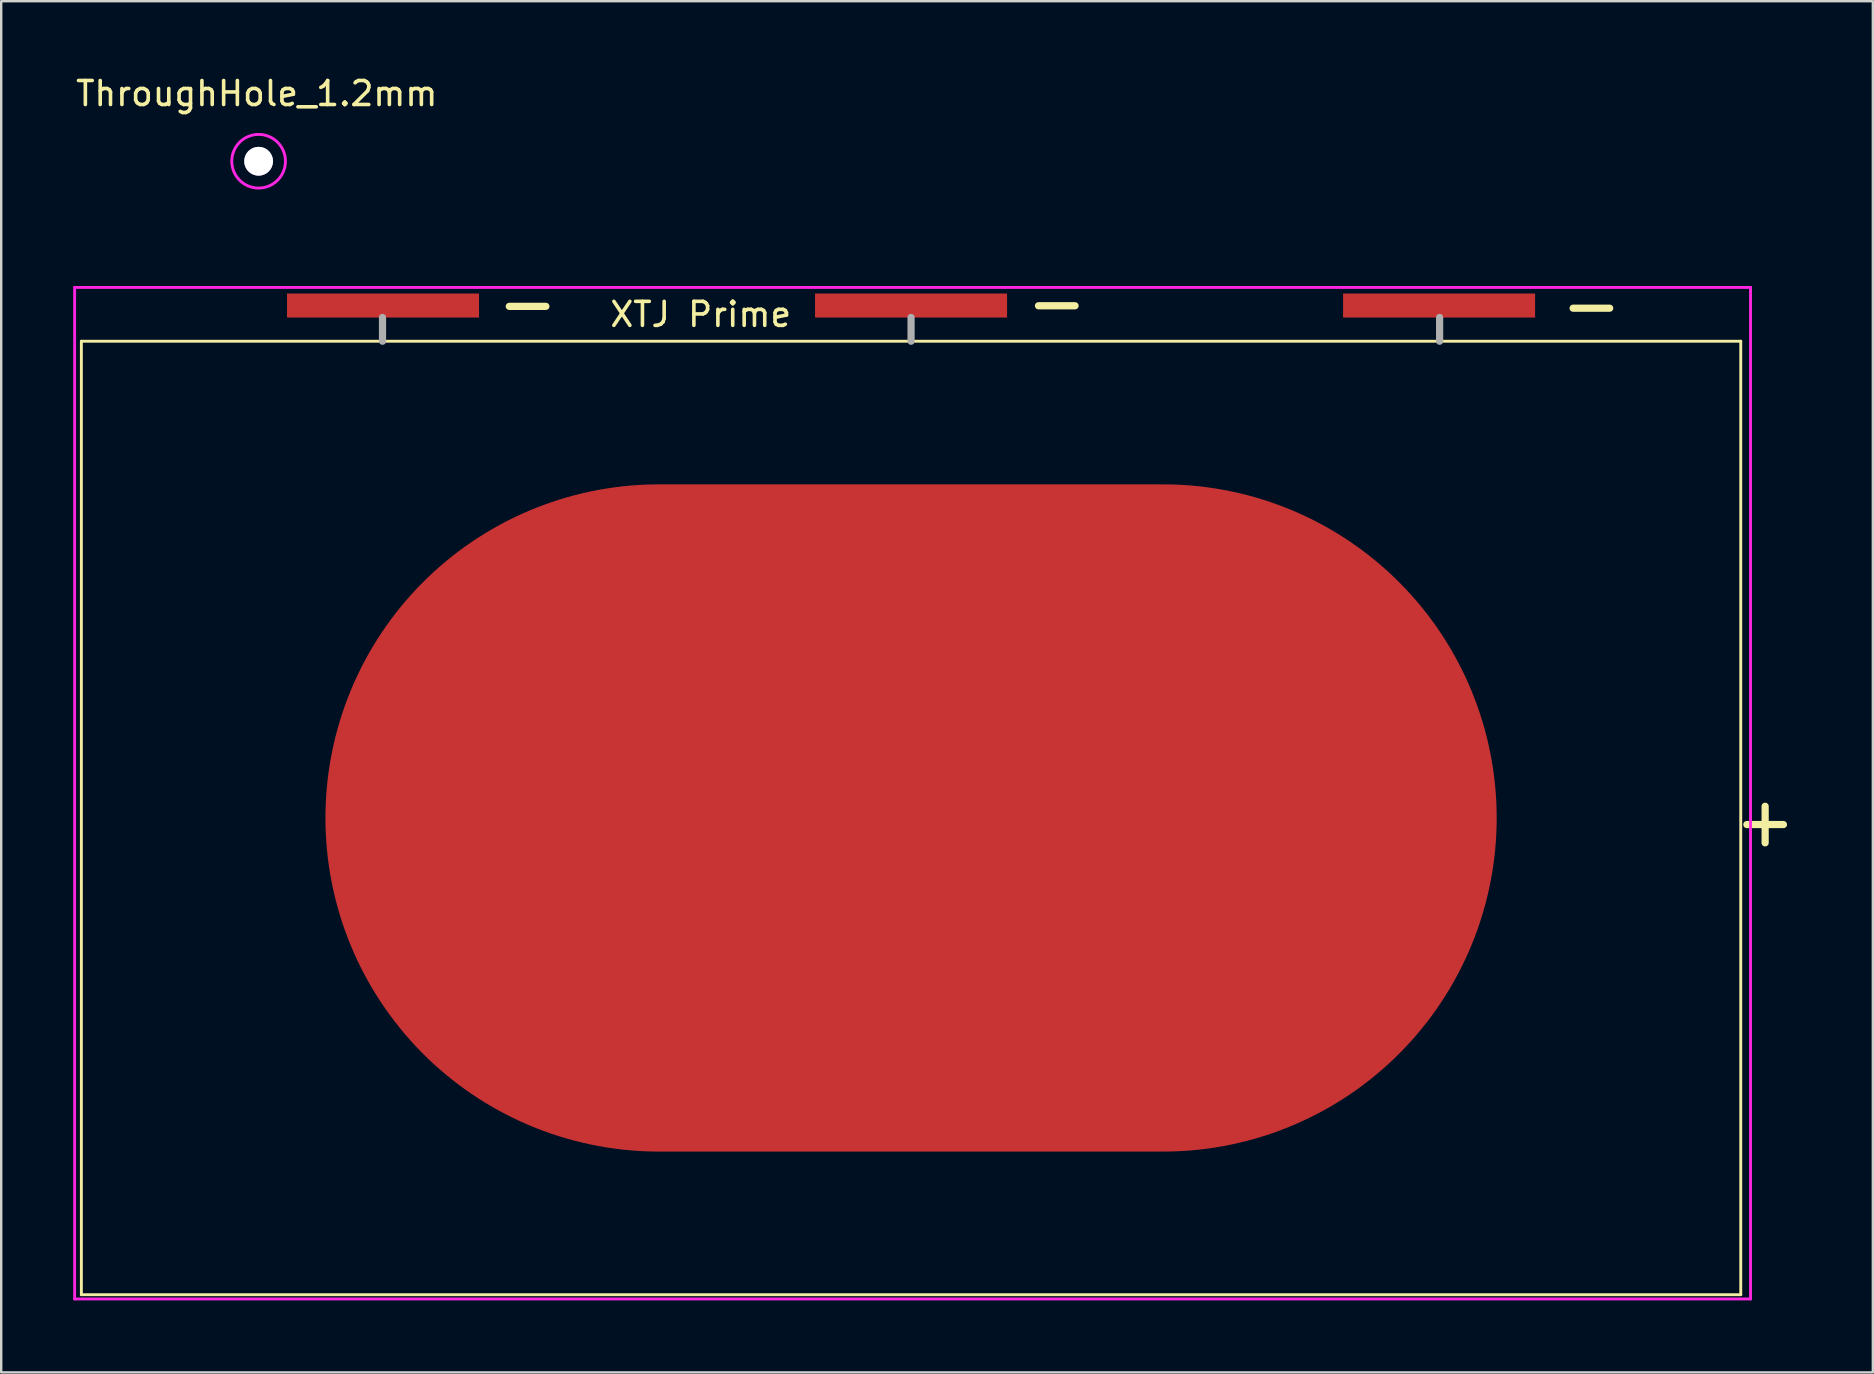
<source format=kicad_pcb>
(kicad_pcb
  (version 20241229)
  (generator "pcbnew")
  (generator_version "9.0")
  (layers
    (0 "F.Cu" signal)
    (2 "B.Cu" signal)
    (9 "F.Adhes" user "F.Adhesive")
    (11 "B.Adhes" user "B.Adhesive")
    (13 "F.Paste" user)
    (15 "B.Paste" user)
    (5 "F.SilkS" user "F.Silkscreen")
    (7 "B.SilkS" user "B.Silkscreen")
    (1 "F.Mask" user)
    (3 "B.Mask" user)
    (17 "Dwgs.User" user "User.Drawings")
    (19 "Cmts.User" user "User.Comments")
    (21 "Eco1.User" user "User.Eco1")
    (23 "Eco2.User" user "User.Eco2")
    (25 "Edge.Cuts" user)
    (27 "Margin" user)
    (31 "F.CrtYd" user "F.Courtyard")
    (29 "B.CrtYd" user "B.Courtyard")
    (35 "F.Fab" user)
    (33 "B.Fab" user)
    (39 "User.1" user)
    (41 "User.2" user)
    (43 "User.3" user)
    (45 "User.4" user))
  (footprint "ThroughHole_1.2mm"
    (layer "F.Cu")
    (at 7.725 3.668)
    (property "Reference" "ThroughHole_1.2mm" (at -0.076 -2.819 0) (layer "F.SilkS") (effects (font (size 1 1) (thickness 0.15))))
    (attr through_hole)
    (fp_circle (center 0 0) (end 1.118 0) (stroke (width 0.12) (type solid)) (fill no) (layer "F.CrtYd"))
    (pad "" thru_hole circle (at 0 0) (size 1.2 1.2) (drill 1.2) (layers "*.Cu" "*.Mask")))
  (footprint "XTJ Prime"
    (layer "F.Cu")
    (at 34.909 31.03)
    (property "Reference" "XTJ Prime" (at -8.763 -20.98 0) (layer "F.SilkS") (effects (font (size 1 1) (thickness 0.15))))
    (attr through_hole)
    (fp_line (start -34.569 -19.863) (end 34.569 -19.863) (stroke (width 0.12) (type solid)) (layer "F.SilkS"))
    (fp_line (start -34.569 19.863) (end -34.569 -19.863) (stroke (width 0.12) (type solid)) (layer "F.SilkS"))
    (fp_line (start 34.569 -19.863) (end 34.569 19.863) (stroke (width 0.12) (type solid)) (layer "F.SilkS"))
    (fp_line (start 34.569 19.863) (end -34.569 19.863) (stroke (width 0.12) (type solid)) (layer "F.SilkS"))
    (fp_line (start -34.849 -22.105) (end -34.849 20.041) (stroke (width 0.12) (type solid)) (layer "F.CrtYd"))
    (fp_line (start -34.849 -22.105) (end 34.976 -22.105) (stroke (width 0.12) (type solid)) (layer "F.CrtYd"))
    (fp_line (start -34.849 20.041) (end 34.976 20.041) (stroke (width 0.12) (type solid)) (layer "F.CrtYd"))
    (fp_line (start 34.976 -22.105) (end 34.976 20.041) (stroke (width 0.12) (type solid)) (layer "F.CrtYd"))
    (fp_line (start -22.022 -20.853) (end -22.022 -19.863) (stroke (width 0.3) (type solid)) (layer "F.Fab"))
    (fp_line (start 0 -20.853) (end 0 -19.863) (stroke (width 0.3) (type solid)) (layer "F.Fab"))
    (fp_line (start 22.022 -20.853) (end 22.022 -19.863) (stroke (width 0.3) (type solid)) (layer "F.Fab"))
    (fp_text user "-" (at -15.977 -21.463 0) (layer "F.SilkS") (effects (font (size 2 2) (thickness 0.3))))
    (fp_text user "-" (at 6.071 -21.488 0) (layer "F.SilkS") (effects (font (size 2 2) (thickness 0.3))))
    (fp_text user "+" (at 35.585 0.127 0) (layer "F.SilkS") (effects (font (size 2 2) (thickness 0.3))))
    (fp_text user "-" (at 28.346 -21.387 0) (layer "F.SilkS") (effects (font (size 2 2) (thickness 0.3))))
    (pad "1" smd oval (at 0 0) (size 48.8 27.8) (layers "F.Cu" "F.Mask" "F.Paste"))
    (pad "2" smd rect (at -22 -21.35) (size 8 1) (layers "F.Cu" "F.Mask" "F.Paste"))
    (pad "2" smd rect (at 0 -21.35) (size 8 1) (layers "F.Cu" "F.Mask" "F.Paste"))
    (pad "2" smd rect (at 22 -21.35) (size 8 1) (layers "F.Cu" "F.Mask" "F.Paste")))
  (gr_rect
    (start -3 -3)
    (end 74.982 54.131)
    (stroke (width 0.1) (type default))
    (fill no)
    (layer "Edge.Cuts")))
</source>
